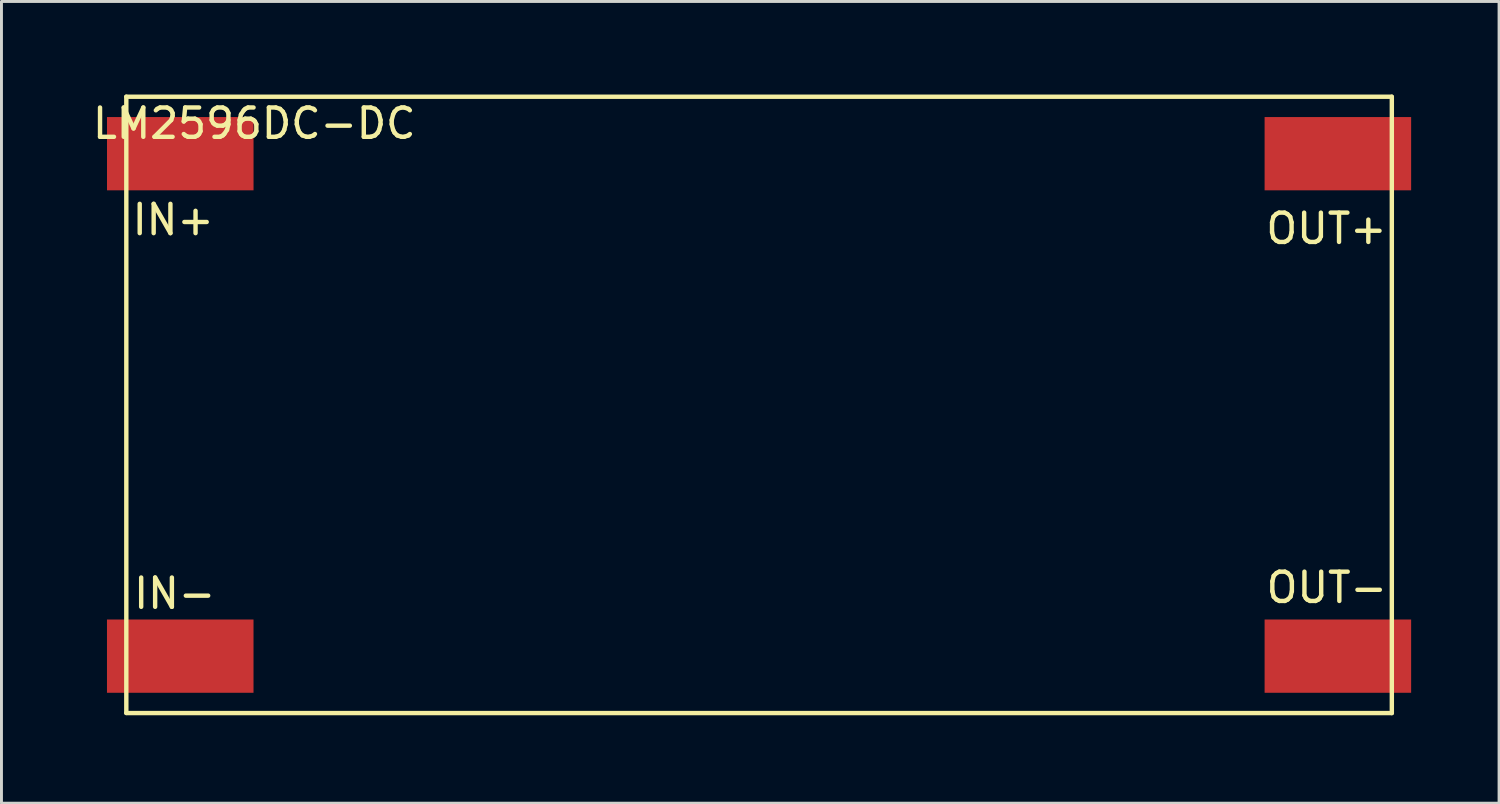
<source format=kicad_pcb>
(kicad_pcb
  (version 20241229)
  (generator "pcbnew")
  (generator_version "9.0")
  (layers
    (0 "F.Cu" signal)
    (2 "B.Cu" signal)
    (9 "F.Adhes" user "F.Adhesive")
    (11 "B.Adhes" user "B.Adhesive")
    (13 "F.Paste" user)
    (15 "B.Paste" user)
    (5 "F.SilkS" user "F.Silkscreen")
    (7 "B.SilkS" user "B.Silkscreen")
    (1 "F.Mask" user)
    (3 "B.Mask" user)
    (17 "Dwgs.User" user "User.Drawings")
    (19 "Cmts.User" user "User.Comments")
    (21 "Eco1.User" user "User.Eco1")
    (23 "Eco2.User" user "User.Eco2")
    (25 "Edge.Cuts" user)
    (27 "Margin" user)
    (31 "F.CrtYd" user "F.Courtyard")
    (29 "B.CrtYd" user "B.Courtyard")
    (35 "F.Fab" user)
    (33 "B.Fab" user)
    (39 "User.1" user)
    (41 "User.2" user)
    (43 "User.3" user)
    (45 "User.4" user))
  (footprint "LM2596DC-DC"
    (layer "F.Cu")
    (at 1.26 0.25)
    (property "Reference" "LM2596DC-DC" (at 4.365 0.913 0) (layer "F.SilkS") (effects (font (size 1 1) (thickness 0.15))))
    (attr through_hole)
    (fp_line (start 0 0) (end 43.175 0) (stroke (width 0.15) (type solid)) (layer "F.SilkS"))
    (fp_line (start 0 21.025) (end 0 0) (stroke (width 0.15) (type solid)) (layer "F.SilkS"))
    (fp_line (start 43.18 0) (end 43.18 21.03) (stroke (width 0.15) (type solid)) (layer "F.SilkS"))
    (fp_line (start 43.18 21.03) (end 0 21.03) (stroke (width 0.15) (type solid)) (layer "F.SilkS"))
    (fp_text user "OUT+" (at 40.95 4.5 0) (layer "F.SilkS") (effects (font (size 1 1) (thickness 0.15))))
    (fp_text user "IN-" (at 1.65 16.95 0) (layer "F.SilkS") (effects (font (size 1 1) (thickness 0.15))))
    (fp_text user "OUT-" (at 40.96 16.75 0) (layer "F.SilkS") (effects (font (size 1 1) (thickness 0.15))))
    (fp_text user "IN+" (at 1.6 4.2 0) (layer "F.SilkS") (effects (font (size 1 1) (thickness 0.15))))
    (pad "1" smd rect (at 1.841 1.944) (size 5 2.5) (layers "F.Cu" "F.Mask" "F.Paste"))
    (pad "2" smd rect (at 1.84 19.088) (size 5 2.5) (layers "F.Cu" "F.Mask" "F.Paste"))
    (pad "3" smd rect (at 41.339 1.944) (size 5 2.5) (layers "F.Cu" "F.Mask" "F.Paste"))
    (pad "4" smd rect (at 41.339 19.088) (size 5 2.5) (layers "F.Cu" "F.Mask" "F.Paste")))
  (gr_rect
    (start -3 -3)
    (end 48.099 24.355)
    (stroke (width 0.1) (type default))
    (fill no)
    (layer "Edge.Cuts")))
</source>
